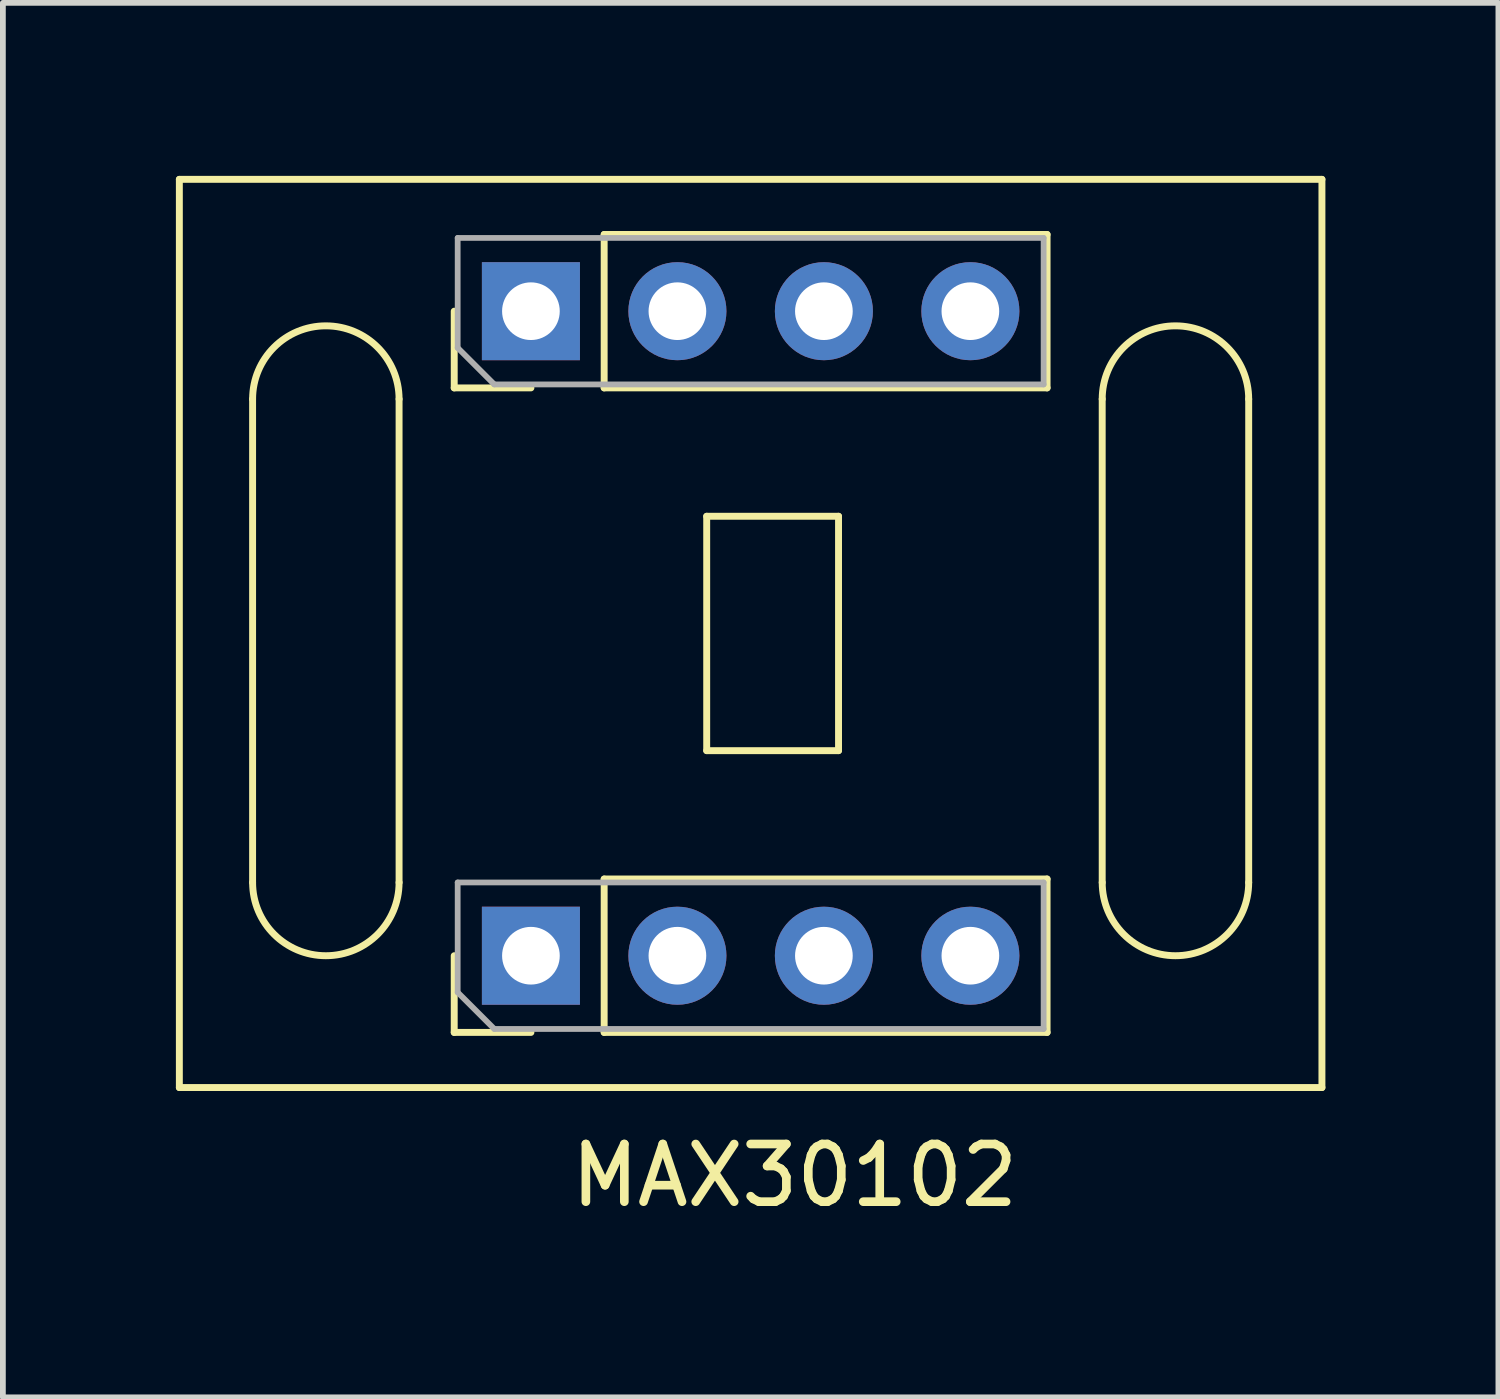
<source format=kicad_pcb>
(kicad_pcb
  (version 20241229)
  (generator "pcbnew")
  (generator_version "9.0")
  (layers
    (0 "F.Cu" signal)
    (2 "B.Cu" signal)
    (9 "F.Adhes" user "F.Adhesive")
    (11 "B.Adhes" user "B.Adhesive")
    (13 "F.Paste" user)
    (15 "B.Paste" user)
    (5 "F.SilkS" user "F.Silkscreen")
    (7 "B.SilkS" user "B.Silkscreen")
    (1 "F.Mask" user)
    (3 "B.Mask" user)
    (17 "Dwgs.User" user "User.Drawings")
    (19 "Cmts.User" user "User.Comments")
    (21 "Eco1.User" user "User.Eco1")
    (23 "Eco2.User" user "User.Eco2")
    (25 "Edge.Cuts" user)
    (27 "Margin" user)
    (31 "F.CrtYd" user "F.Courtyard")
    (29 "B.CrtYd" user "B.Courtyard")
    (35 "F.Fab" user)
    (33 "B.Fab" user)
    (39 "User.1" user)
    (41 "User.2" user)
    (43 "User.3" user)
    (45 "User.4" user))
  (footprint "MAX30102"
    (layer "F.Cu")
    (at 6.41 2.346)
    (property "Reference" "MAX30102" (at 4.318 14.986 0) (layer "F.SilkS") (effects (font (size 1 1) (thickness 0.15))))
    (attr through_hole)
    (fp_line (start -6.35 -2.286) (end 13.462 -2.286) (stroke (width 0.12) (type solid)) (layer "F.SilkS"))
    (fp_line (start -6.35 13.462) (end -6.35 -2.286) (stroke (width 0.12) (type solid)) (layer "F.SilkS"))
    (fp_line (start -5.08 9.906) (end -5.08 1.524) (stroke (width 0.12) (type solid)) (layer "F.SilkS"))
    (fp_line (start -2.54 1.524) (end -2.54 9.906) (stroke (width 0.12) (type solid)) (layer "F.SilkS"))
    (fp_line (start -1.584 1.33) (end -1.584 0) (stroke (width 0.12) (type solid)) (layer "F.SilkS"))
    (fp_line (start -1.584 12.506) (end -1.584 11.176) (stroke (width 0.12) (type solid)) (layer "F.SilkS"))
    (fp_line (start -0.254 1.33) (end -1.584 1.33) (stroke (width 0.12) (type solid)) (layer "F.SilkS"))
    (fp_line (start -0.254 12.506) (end -1.584 12.506) (stroke (width 0.12) (type solid)) (layer "F.SilkS"))
    (fp_line (start 1.016 -1.33) (end 8.696 -1.33) (stroke (width 0.12) (type solid)) (layer "F.SilkS"))
    (fp_line (start 1.016 1.33) (end 1.016 -1.33) (stroke (width 0.12) (type solid)) (layer "F.SilkS"))
    (fp_line (start 1.016 1.33) (end 8.696 1.33) (stroke (width 0.12) (type solid)) (layer "F.SilkS"))
    (fp_line (start 1.016 9.846) (end 8.696 9.846) (stroke (width 0.12) (type solid)) (layer "F.SilkS"))
    (fp_line (start 1.016 12.506) (end 1.016 9.846) (stroke (width 0.12) (type solid)) (layer "F.SilkS"))
    (fp_line (start 1.016 12.506) (end 8.696 12.506) (stroke (width 0.12) (type solid)) (layer "F.SilkS"))
    (fp_line (start 2.794 3.556) (end 5.08 3.556) (stroke (width 0.12) (type solid)) (layer "F.SilkS"))
    (fp_line (start 2.794 7.62) (end 2.794 3.556) (stroke (width 0.12) (type solid)) (layer "F.SilkS"))
    (fp_line (start 5.08 3.556) (end 5.08 7.62) (stroke (width 0.12) (type solid)) (layer "F.SilkS"))
    (fp_line (start 5.08 7.62) (end 2.794 7.62) (stroke (width 0.12) (type solid)) (layer "F.SilkS"))
    (fp_line (start 8.696 1.33) (end 8.696 -1.33) (stroke (width 0.12) (type solid)) (layer "F.SilkS"))
    (fp_line (start 8.696 12.506) (end 8.696 9.846) (stroke (width 0.12) (type solid)) (layer "F.SilkS"))
    (fp_line (start 9.652 9.906) (end 9.652 1.524) (stroke (width 0.12) (type solid)) (layer "F.SilkS"))
    (fp_line (start 12.192 1.524) (end 12.192 9.906) (stroke (width 0.12) (type solid)) (layer "F.SilkS"))
    (fp_line (start 13.462 -2.286) (end 13.462 13.462) (stroke (width 0.12) (type solid)) (layer "F.SilkS"))
    (fp_line (start 13.462 13.462) (end -6.35 13.462) (stroke (width 0.12) (type solid)) (layer "F.SilkS"))
    (fp_arc (start -5.08 1.524) (mid -3.81 0.254) (end -2.54 1.524) (stroke (width 0.12) (type solid)) (layer "F.SilkS"))
    (fp_arc (start -2.54 9.906) (mid -3.81 11.176) (end -5.08 9.906) (stroke (width 0.12) (type solid)) (layer "F.SilkS"))
    (fp_arc (start 9.652 1.524) (mid 10.922 0.254) (end 12.192 1.524) (stroke (width 0.12) (type solid)) (layer "F.SilkS"))
    (fp_arc (start 12.192 9.906) (mid 10.922 11.176) (end 9.652 9.906) (stroke (width 0.12) (type solid)) (layer "F.SilkS"))
    (fp_line (start -1.524 -1.27) (end 8.636 -1.27) (stroke (width 0.1) (type solid)) (layer "F.Fab"))
    (fp_line (start -1.524 0.635) (end -1.524 -1.27) (stroke (width 0.1) (type solid)) (layer "F.Fab"))
    (fp_line (start -1.524 9.906) (end 8.636 9.906) (stroke (width 0.1) (type solid)) (layer "F.Fab"))
    (fp_line (start -1.524 11.811) (end -1.524 9.906) (stroke (width 0.1) (type solid)) (layer "F.Fab"))
    (fp_line (start -0.889 1.27) (end -1.524 0.635) (stroke (width 0.1) (type solid)) (layer "F.Fab"))
    (fp_line (start -0.889 12.446) (end -1.524 11.811) (stroke (width 0.1) (type solid)) (layer "F.Fab"))
    (fp_line (start 8.636 -1.27) (end 8.636 1.27) (stroke (width 0.1) (type solid)) (layer "F.Fab"))
    (fp_line (start 8.636 1.27) (end -0.889 1.27) (stroke (width 0.1) (type solid)) (layer "F.Fab"))
    (fp_line (start 8.636 9.906) (end 8.636 12.446) (stroke (width 0.1) (type solid)) (layer "F.Fab"))
    (fp_line (start 8.636 12.446) (end -0.889 12.446) (stroke (width 0.1) (type solid)) (layer "F.Fab"))
    (pad "1" thru_hole rect (at -0.254 0 90) (size 1.7 1.7) (drill 1) (layers "*.Cu" "*.Mask"))
    (pad "2" thru_hole oval (at 2.286 0 90) (size 1.7 1.7) (drill 1) (layers "*.Cu" "*.Mask"))
    (pad "3" thru_hole oval (at 4.826 0 90) (size 1.7 1.7) (drill 1) (layers "*.Cu" "*.Mask"))
    (pad "4" thru_hole oval (at 7.366 0 90) (size 1.7 1.7) (drill 1) (layers "*.Cu" "*.Mask"))
    (pad "5" thru_hole rect (at -0.254 11.176 90) (size 1.7 1.7) (drill 1) (layers "*.Cu" "*.Mask"))
    (pad "6" thru_hole oval (at 2.286 11.176 90) (size 1.7 1.7) (drill 1) (layers "*.Cu" "*.Mask"))
    (pad "7" thru_hole oval (at 4.826 11.176 90) (size 1.7 1.7) (drill 1) (layers "*.Cu" "*.Mask"))
    (pad "8" thru_hole oval (at 7.366 11.176 90) (size 1.7 1.7) (drill 1) (layers "*.Cu" "*.Mask")))
  (gr_rect
    (start -3 -3)
    (end 22.932 21.18)
    (stroke (width 0.1) (type default))
    (fill no)
    (layer "Edge.Cuts")))
</source>
